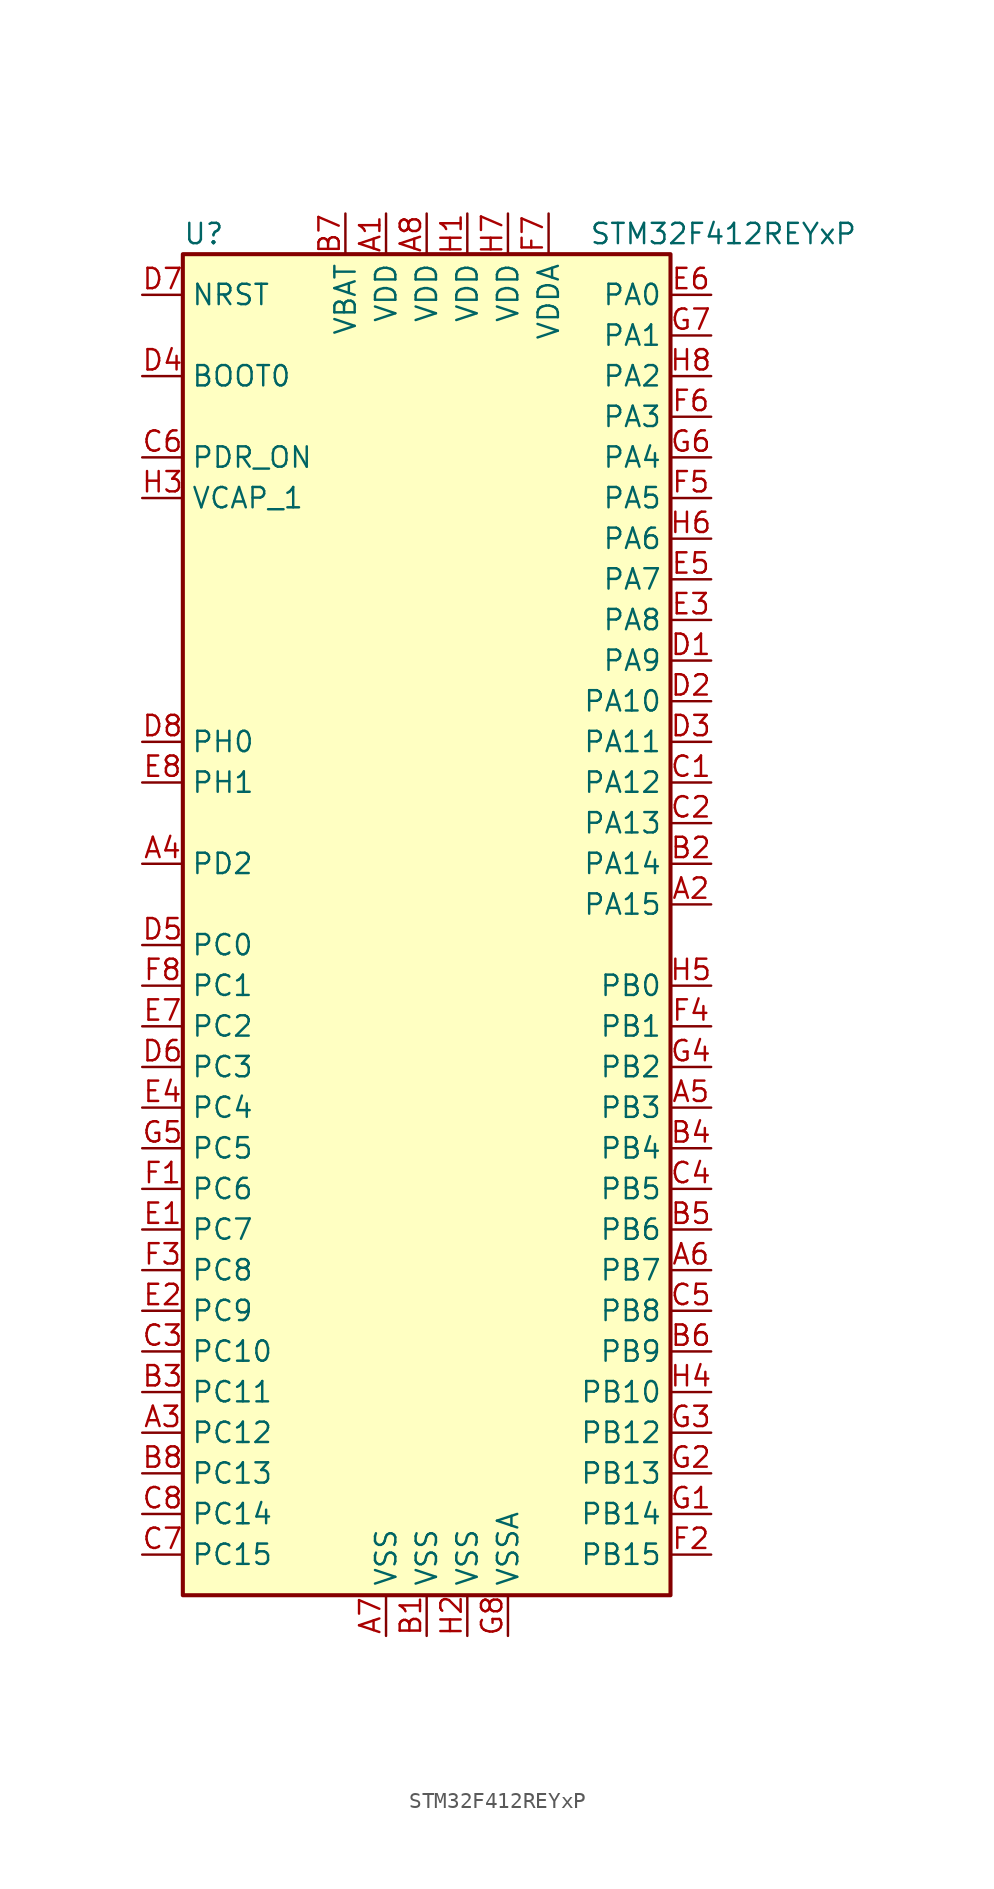
<source format=kicad_sym>
(kicad_symbol_lib
  (version 20220914)
  (generator kicad_symbol_editor)
  (symbol "STM32F412REYxP"
    (property "Reference" "U"
      (at -15.24 41.91 0)
      (effects (font (size 1.27 1.27)) (justify left)))
    (property "Value" "STM32F412REYxP"
      (at 10.16 41.91 0)
      (effects (font (size 1.27 1.27)) (justify left)))
    (symbol "STM32F412REYxP_0_1"
      (rectangle (start -15.24 -43.18) (end 15.24 40.64) (stroke (width 0.254) (type default)) (fill (type background))))
    (symbol "STM32F412REYxP_1_1"
      (pin power_in line (at -2.54 43.18 270) (length 2.54) (name "VDD" (effects (font (size 1.27 1.27)))) (number "A1" (effects (font (size 1.27 1.27)))))
      (pin bidirectional line (at 17.78 0 180) (length 2.54) (name "PA15" (effects (font (size 1.27 1.27)))) (number "A2" (effects (font (size 1.27 1.27)))))
      (pin bidirectional line (at -17.78 -33.02 0) (length 2.54) (name "PC12" (effects (font (size 1.27 1.27)))) (number "A3" (effects (font (size 1.27 1.27)))))
      (pin bidirectional line (at -17.78 2.54 0) (length 2.54) (name "PD2" (effects (font (size 1.27 1.27)))) (number "A4" (effects (font (size 1.27 1.27)))))
      (pin bidirectional line (at 17.78 -12.7 180) (length 2.54) (name "PB3" (effects (font (size 1.27 1.27)))) (number "A5" (effects (font (size 1.27 1.27)))))
      (pin bidirectional line (at 17.78 -22.86 180) (length 2.54) (name "PB7" (effects (font (size 1.27 1.27)))) (number "A6" (effects (font (size 1.27 1.27)))))
      (pin power_in line (at -2.54 -45.72 90) (length 2.54) (name "VSS" (effects (font (size 1.27 1.27)))) (number "A7" (effects (font (size 1.27 1.27)))))
      (pin power_in line (at 0 43.18 270) (length 2.54) (name "VDD" (effects (font (size 1.27 1.27)))) (number "A8" (effects (font (size 1.27 1.27)))))
      (pin power_in line (at 0 -45.72 90) (length 2.54) (name "VSS" (effects (font (size 1.27 1.27)))) (number "B1" (effects (font (size 1.27 1.27)))))
      (pin bidirectional line (at 17.78 2.54 180) (length 2.54) (name "PA14" (effects (font (size 1.27 1.27)))) (number "B2" (effects (font (size 1.27 1.27)))))
      (pin bidirectional line (at -17.78 -30.48 0) (length 2.54) (name "PC11" (effects (font (size 1.27 1.27)))) (number "B3" (effects (font (size 1.27 1.27)))))
      (pin bidirectional line (at 17.78 -15.24 180) (length 2.54) (name "PB4" (effects (font (size 1.27 1.27)))) (number "B4" (effects (font (size 1.27 1.27)))))
      (pin bidirectional line (at 17.78 -20.32 180) (length 2.54) (name "PB6" (effects (font (size 1.27 1.27)))) (number "B5" (effects (font (size 1.27 1.27)))))
      (pin bidirectional line (at 17.78 -27.94 180) (length 2.54) (name "PB9" (effects (font (size 1.27 1.27)))) (number "B6" (effects (font (size 1.27 1.27)))))
      (pin power_in line (at -5.08 43.18 270) (length 2.54) (name "VBAT" (effects (font (size 1.27 1.27)))) (number "B7" (effects (font (size 1.27 1.27)))))
      (pin bidirectional line (at -17.78 -35.56 0) (length 2.54) (name "PC13" (effects (font (size 1.27 1.27)))) (number "B8" (effects (font (size 1.27 1.27)))))
      (pin bidirectional line (at 17.78 7.62 180) (length 2.54) (name "PA12" (effects (font (size 1.27 1.27)))) (number "C1" (effects (font (size 1.27 1.27)))))
      (pin bidirectional line (at 17.78 5.08 180) (length 2.54) (name "PA13" (effects (font (size 1.27 1.27)))) (number "C2" (effects (font (size 1.27 1.27)))))
      (pin bidirectional line (at -17.78 -27.94 0) (length 2.54) (name "PC10" (effects (font (size 1.27 1.27)))) (number "C3" (effects (font (size 1.27 1.27)))))
      (pin bidirectional line (at 17.78 -17.78 180) (length 2.54) (name "PB5" (effects (font (size 1.27 1.27)))) (number "C4" (effects (font (size 1.27 1.27)))))
      (pin bidirectional line (at 17.78 -25.4 180) (length 2.54) (name "PB8" (effects (font (size 1.27 1.27)))) (number "C5" (effects (font (size 1.27 1.27)))))
      (pin power_in line (at -17.78 27.94 0) (length 2.54) (name "PDR_ON" (effects (font (size 1.27 1.27)))) (number "C6" (effects (font (size 1.27 1.27)))))
      (pin bidirectional line (at -17.78 -40.64 0) (length 2.54) (name "PC15" (effects (font (size 1.27 1.27)))) (number "C7" (effects (font (size 1.27 1.27)))))
      (pin bidirectional line (at -17.78 -38.1 0) (length 2.54) (name "PC14" (effects (font (size 1.27 1.27)))) (number "C8" (effects (font (size 1.27 1.27)))))
      (pin bidirectional line (at 17.78 15.24 180) (length 2.54) (name "PA9" (effects (font (size 1.27 1.27)))) (number "D1" (effects (font (size 1.27 1.27)))))
      (pin bidirectional line (at 17.78 12.7 180) (length 2.54) (name "PA10" (effects (font (size 1.27 1.27)))) (number "D2" (effects (font (size 1.27 1.27)))))
      (pin bidirectional line (at 17.78 10.16 180) (length 2.54) (name "PA11" (effects (font (size 1.27 1.27)))) (number "D3" (effects (font (size 1.27 1.27)))))
      (pin input line (at -17.78 33.02 0) (length 2.54) (name "BOOT0" (effects (font (size 1.27 1.27)))) (number "D4" (effects (font (size 1.27 1.27)))))
      (pin bidirectional line (at -17.78 -2.54 0) (length 2.54) (name "PC0" (effects (font (size 1.27 1.27)))) (number "D5" (effects (font (size 1.27 1.27)))))
      (pin bidirectional line (at -17.78 -10.16 0) (length 2.54) (name "PC3" (effects (font (size 1.27 1.27)))) (number "D6" (effects (font (size 1.27 1.27)))))
      (pin input line (at -17.78 38.1 0) (length 2.54) (name "NRST" (effects (font (size 1.27 1.27)))) (number "D7" (effects (font (size 1.27 1.27)))))
      (pin input line (at -17.78 10.16 0) (length 2.54) (name "PH0" (effects (font (size 1.27 1.27)))) (number "D8" (effects (font (size 1.27 1.27)))))
      (pin bidirectional line (at -17.78 -20.32 0) (length 2.54) (name "PC7" (effects (font (size 1.27 1.27)))) (number "E1" (effects (font (size 1.27 1.27)))))
      (pin bidirectional line (at -17.78 -25.4 0) (length 2.54) (name "PC9" (effects (font (size 1.27 1.27)))) (number "E2" (effects (font (size 1.27 1.27)))))
      (pin bidirectional line (at 17.78 17.78 180) (length 2.54) (name "PA8" (effects (font (size 1.27 1.27)))) (number "E3" (effects (font (size 1.27 1.27)))))
      (pin bidirectional line (at -17.78 -12.7 0) (length 2.54) (name "PC4" (effects (font (size 1.27 1.27)))) (number "E4" (effects (font (size 1.27 1.27)))))
      (pin bidirectional line (at 17.78 20.32 180) (length 2.54) (name "PA7" (effects (font (size 1.27 1.27)))) (number "E5" (effects (font (size 1.27 1.27)))))
      (pin bidirectional line (at 17.78 38.1 180) (length 2.54) (name "PA0" (effects (font (size 1.27 1.27)))) (number "E6" (effects (font (size 1.27 1.27)))))
      (pin bidirectional line (at -17.78 -7.62 0) (length 2.54) (name "PC2" (effects (font (size 1.27 1.27)))) (number "E7" (effects (font (size 1.27 1.27)))))
      (pin input line (at -17.78 7.62 0) (length 2.54) (name "PH1" (effects (font (size 1.27 1.27)))) (number "E8" (effects (font (size 1.27 1.27)))))
      (pin bidirectional line (at -17.78 -17.78 0) (length 2.54) (name "PC6" (effects (font (size 1.27 1.27)))) (number "F1" (effects (font (size 1.27 1.27)))))
      (pin bidirectional line (at 17.78 -40.64 180) (length 2.54) (name "PB15" (effects (font (size 1.27 1.27)))) (number "F2" (effects (font (size 1.27 1.27)))))
      (pin bidirectional line (at -17.78 -22.86 0) (length 2.54) (name "PC8" (effects (font (size 1.27 1.27)))) (number "F3" (effects (font (size 1.27 1.27)))))
      (pin bidirectional line (at 17.78 -7.62 180) (length 2.54) (name "PB1" (effects (font (size 1.27 1.27)))) (number "F4" (effects (font (size 1.27 1.27)))))
      (pin bidirectional line (at 17.78 25.4 180) (length 2.54) (name "PA5" (effects (font (size 1.27 1.27)))) (number "F5" (effects (font (size 1.27 1.27)))))
      (pin bidirectional line (at 17.78 30.48 180) (length 2.54) (name "PA3" (effects (font (size 1.27 1.27)))) (number "F6" (effects (font (size 1.27 1.27)))))
      (pin power_in line (at 7.62 43.18 270) (length 2.54) (name "VDDA" (effects (font (size 1.27 1.27)))) (number "F7" (effects (font (size 1.27 1.27)))))
      (pin bidirectional line (at -17.78 -5.08 0) (length 2.54) (name "PC1" (effects (font (size 1.27 1.27)))) (number "F8" (effects (font (size 1.27 1.27)))))
      (pin bidirectional line (at 17.78 -38.1 180) (length 2.54) (name "PB14" (effects (font (size 1.27 1.27)))) (number "G1" (effects (font (size 1.27 1.27)))))
      (pin bidirectional line (at 17.78 -35.56 180) (length 2.54) (name "PB13" (effects (font (size 1.27 1.27)))) (number "G2" (effects (font (size 1.27 1.27)))))
      (pin bidirectional line (at 17.78 -33.02 180) (length 2.54) (name "PB12" (effects (font (size 1.27 1.27)))) (number "G3" (effects (font (size 1.27 1.27)))))
      (pin bidirectional line (at 17.78 -10.16 180) (length 2.54) (name "PB2" (effects (font (size 1.27 1.27)))) (number "G4" (effects (font (size 1.27 1.27)))))
      (pin bidirectional line (at -17.78 -15.24 0) (length 2.54) (name "PC5" (effects (font (size 1.27 1.27)))) (number "G5" (effects (font (size 1.27 1.27)))))
      (pin bidirectional line (at 17.78 27.94 180) (length 2.54) (name "PA4" (effects (font (size 1.27 1.27)))) (number "G6" (effects (font (size 1.27 1.27)))))
      (pin bidirectional line (at 17.78 35.56 180) (length 2.54) (name "PA1" (effects (font (size 1.27 1.27)))) (number "G7" (effects (font (size 1.27 1.27)))))
      (pin power_in line (at 5.08 -45.72 90) (length 2.54) (name "VSSA" (effects (font (size 1.27 1.27)))) (number "G8" (effects (font (size 1.27 1.27)))))
      (pin power_in line (at 2.54 43.18 270) (length 2.54) (name "VDD" (effects (font (size 1.27 1.27)))) (number "H1" (effects (font (size 1.27 1.27)))))
      (pin power_in line (at 2.54 -45.72 90) (length 2.54) (name "VSS" (effects (font (size 1.27 1.27)))) (number "H2" (effects (font (size 1.27 1.27)))))
      (pin power_in line (at -17.78 25.4 0) (length 2.54) (name "VCAP_1" (effects (font (size 1.27 1.27)))) (number "H3" (effects (font (size 1.27 1.27)))))
      (pin bidirectional line (at 17.78 -30.48 180) (length 2.54) (name "PB10" (effects (font (size 1.27 1.27)))) (number "H4" (effects (font (size 1.27 1.27)))))
      (pin bidirectional line (at 17.78 -5.08 180) (length 2.54) (name "PB0" (effects (font (size 1.27 1.27)))) (number "H5" (effects (font (size 1.27 1.27)))))
      (pin bidirectional line (at 17.78 22.86 180) (length 2.54) (name "PA6" (effects (font (size 1.27 1.27)))) (number "H6" (effects (font (size 1.27 1.27)))))
      (pin power_in line (at 5.08 43.18 270) (length 2.54) (name "VDD" (effects (font (size 1.27 1.27)))) (number "H7" (effects (font (size 1.27 1.27)))))
      (pin bidirectional line (at 17.78 33.02 180) (length 2.54) (name "PA2" (effects (font (size 1.27 1.27)))) (number "H8" (effects (font (size 1.27 1.27))))))))
</source>
